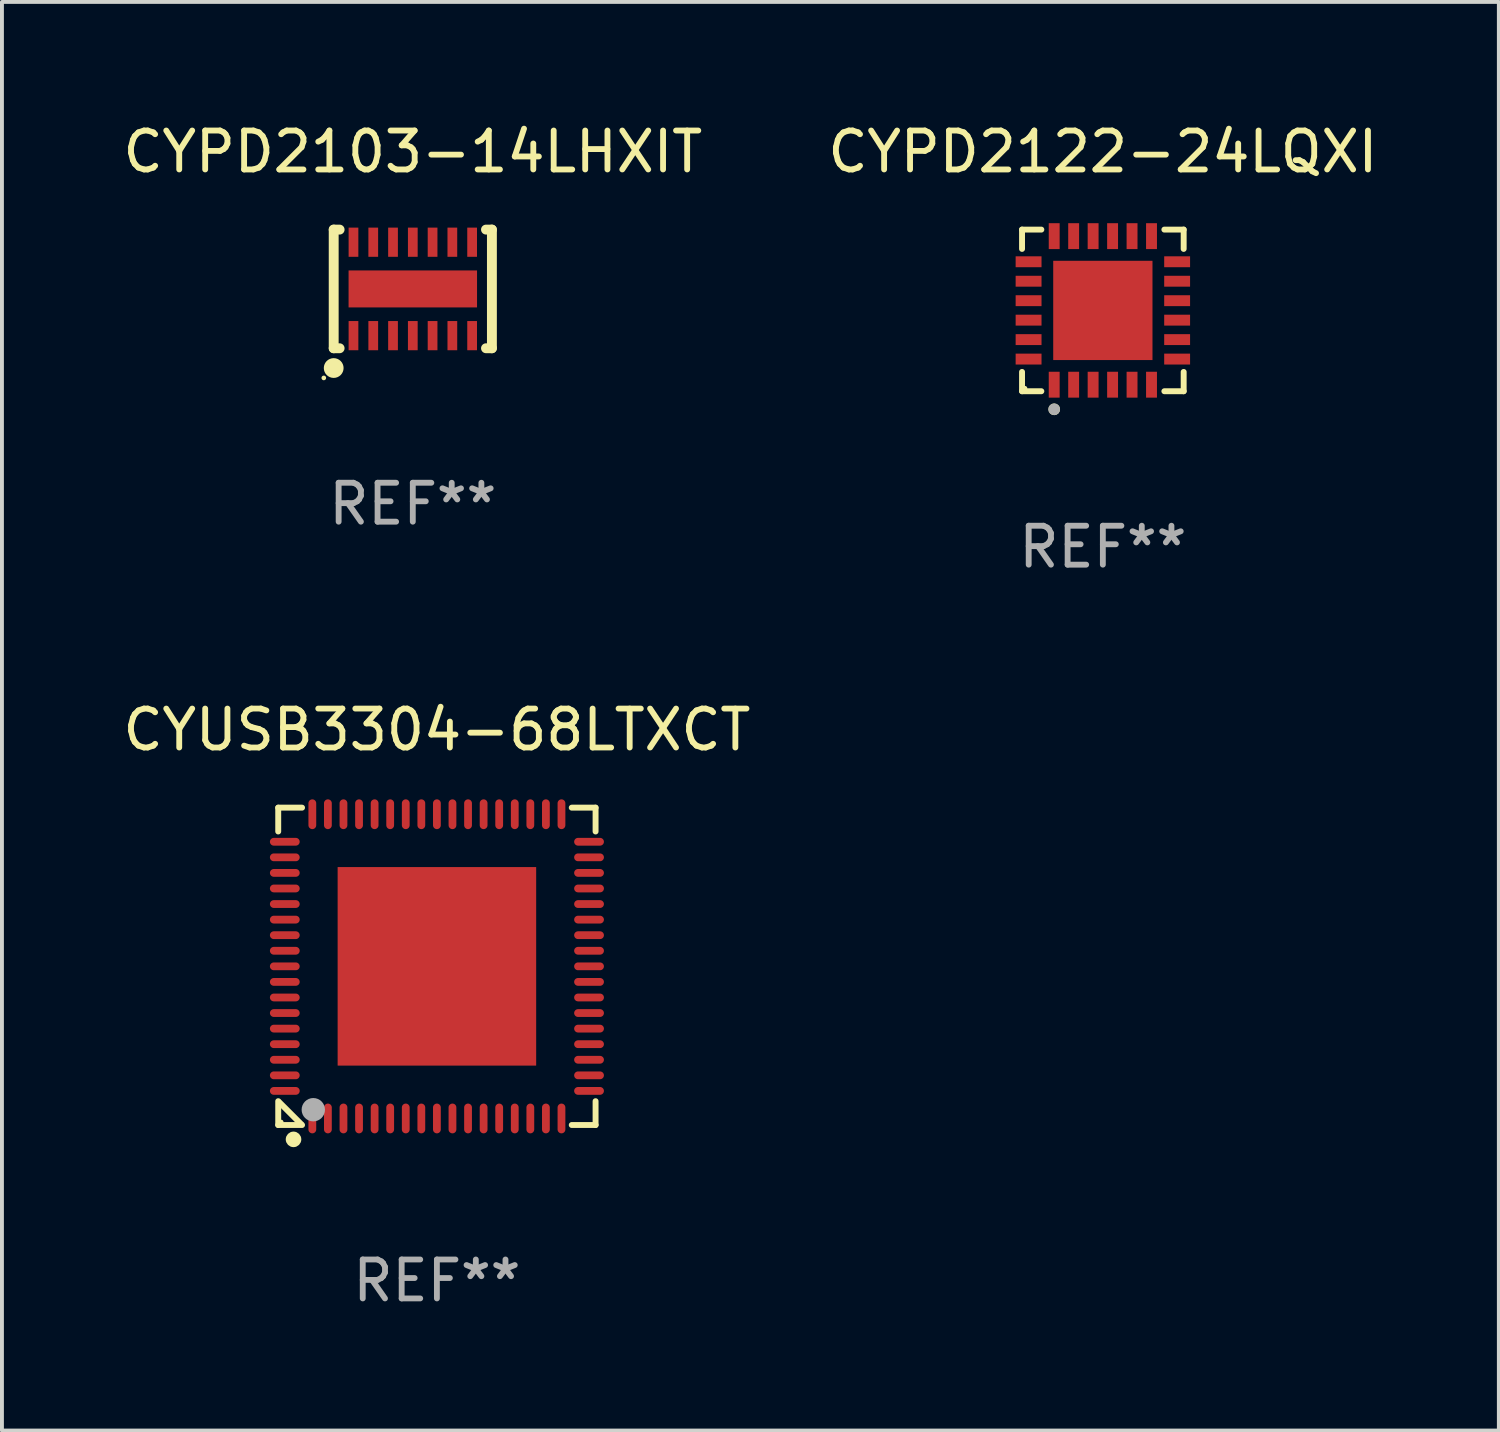
<source format=kicad_pcb>
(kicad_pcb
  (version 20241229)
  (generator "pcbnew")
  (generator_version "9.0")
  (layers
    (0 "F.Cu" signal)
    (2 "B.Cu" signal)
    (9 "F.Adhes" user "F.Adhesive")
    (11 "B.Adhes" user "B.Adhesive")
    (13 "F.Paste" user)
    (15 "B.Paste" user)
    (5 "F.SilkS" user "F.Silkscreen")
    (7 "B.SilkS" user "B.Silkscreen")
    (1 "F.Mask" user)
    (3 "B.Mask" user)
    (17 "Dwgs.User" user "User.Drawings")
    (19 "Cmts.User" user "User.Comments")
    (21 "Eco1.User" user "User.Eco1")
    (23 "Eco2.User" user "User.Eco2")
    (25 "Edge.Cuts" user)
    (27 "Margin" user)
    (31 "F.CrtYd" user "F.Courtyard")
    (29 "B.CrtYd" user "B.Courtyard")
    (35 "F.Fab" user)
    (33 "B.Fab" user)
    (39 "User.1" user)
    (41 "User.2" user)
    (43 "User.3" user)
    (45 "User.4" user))
  (footprint "CYPD2122-24LQXI"
    (layer "F.Cu")
    (at 25.28 4.924)
    (property "Reference" "CYPD2122-24LQXI" (at 0 -4.076 0) (layer "F.SilkS") (effects (font (size 1 1) (thickness 0.15))))
    (attr through_hole)
    (fp_line (start -2.076 -2.076) (end -1.58 -2.076) (stroke (width 0.152) (type solid)) (layer "F.SilkS"))
    (fp_line (start -2.076 -1.58) (end -2.076 -2.076) (stroke (width 0.152) (type solid)) (layer "F.SilkS"))
    (fp_line (start -2.076 1.58) (end -2.076 2.076) (stroke (width 0.152) (type solid)) (layer "F.SilkS"))
    (fp_line (start -2.076 2.076) (end -1.58 2.076) (stroke (width 0.152) (type solid)) (layer "F.SilkS"))
    (fp_line (start 2.076 -2.076) (end 1.58 -2.076) (stroke (width 0.152) (type solid)) (layer "F.SilkS"))
    (fp_line (start 2.076 -1.58) (end 2.076 -2.076) (stroke (width 0.152) (type solid)) (layer "F.SilkS"))
    (fp_line (start 2.076 1.58) (end 2.076 2.076) (stroke (width 0.152) (type solid)) (layer "F.SilkS"))
    (fp_line (start 2.076 2.076) (end 1.58 2.076) (stroke (width 0.152) (type solid)) (layer "F.SilkS"))
    (fp_circle (center -2 2) (end -1.97 2) (stroke (width 0.06) (type solid)) (fill no) (layer "F.SilkS"))
    (fp_circle (center -1.25 2.54) (end -1.175 2.54) (stroke (width 0.15) (type solid)) (fill no) (layer "F.SilkS"))
    (fp_circle (center -1.25 2.54) (end -1.175 2.54) (stroke (width 0.15) (type solid)) (fill no) (layer "F.Fab"))
    (fp_text user "REF**" (at 0 6.076 0) (layer "F.Fab") (effects (font (size 1 1) (thickness 0.15))))
    (pad "1" smd rect (at -1.25 1.908) (size 0.28 0.665) (layers "F.Cu" "F.Mask" "F.Paste"))
    (pad "2" smd rect (at -0.75 1.908) (size 0.28 0.665) (layers "F.Cu" "F.Mask" "F.Paste"))
    (pad "3" smd rect (at -0.25 1.908) (size 0.28 0.665) (layers "F.Cu" "F.Mask" "F.Paste"))
    (pad "4" smd rect (at 0.25 1.908) (size 0.28 0.665) (layers "F.Cu" "F.Mask" "F.Paste"))
    (pad "5" smd rect (at 0.75 1.908) (size 0.28 0.665) (layers "F.Cu" "F.Mask" "F.Paste"))
    (pad "6" smd rect (at 1.25 1.908) (size 0.28 0.665) (layers "F.Cu" "F.Mask" "F.Paste"))
    (pad "7" smd rect (at 1.908 1.25) (size 0.665 0.28) (layers "F.Cu" "F.Mask" "F.Paste"))
    (pad "8" smd rect (at 1.908 0.75) (size 0.665 0.28) (layers "F.Cu" "F.Mask" "F.Paste"))
    (pad "9" smd rect (at 1.908 0.25) (size 0.665 0.28) (layers "F.Cu" "F.Mask" "F.Paste"))
    (pad "10" smd rect (at 1.908 -0.25) (size 0.665 0.28) (layers "F.Cu" "F.Mask" "F.Paste"))
    (pad "11" smd rect (at 1.908 -0.75) (size 0.665 0.28) (layers "F.Cu" "F.Mask" "F.Paste"))
    (pad "12" smd rect (at 1.908 -1.25) (size 0.665 0.28) (layers "F.Cu" "F.Mask" "F.Paste"))
    (pad "13" smd rect (at 1.25 -1.908) (size 0.28 0.665) (layers "F.Cu" "F.Mask" "F.Paste"))
    (pad "14" smd rect (at 0.75 -1.908) (size 0.28 0.665) (layers "F.Cu" "F.Mask" "F.Paste"))
    (pad "15" smd rect (at 0.25 -1.908) (size 0.28 0.665) (layers "F.Cu" "F.Mask" "F.Paste"))
    (pad "16" smd rect (at -0.25 -1.908) (size 0.28 0.665) (layers "F.Cu" "F.Mask" "F.Paste"))
    (pad "17" smd rect (at -0.75 -1.908) (size 0.28 0.665) (layers "F.Cu" "F.Mask" "F.Paste"))
    (pad "18" smd rect (at -1.25 -1.908) (size 0.28 0.665) (layers "F.Cu" "F.Mask" "F.Paste"))
    (pad "19" smd rect (at -1.908 -1.25) (size 0.665 0.28) (layers "F.Cu" "F.Mask" "F.Paste"))
    (pad "20" smd rect (at -1.908 -0.75) (size 0.665 0.28) (layers "F.Cu" "F.Mask" "F.Paste"))
    (pad "21" smd rect (at -1.908 -0.25) (size 0.665 0.28) (layers "F.Cu" "F.Mask" "F.Paste"))
    (pad "22" smd rect (at -1.908 0.25) (size 0.665 0.28) (layers "F.Cu" "F.Mask" "F.Paste"))
    (pad "23" smd rect (at -1.908 0.75) (size 0.665 0.28) (layers "F.Cu" "F.Mask" "F.Paste"))
    (pad "24" smd rect (at -1.908 1.25) (size 0.665 0.28) (layers "F.Cu" "F.Mask" "F.Paste"))
    (pad "25" smd rect (at 0 0) (size 2.55 2.55) (layers "F.Cu" "F.Mask" "F.Paste")))
  (footprint "CYPD2103-14LHXIT"
    (layer "F.Cu")
    (at 7.554 4.372)
    (property "Reference" "CYPD2103-14LHXIT" (at 0 -3.524 0) (layer "F.SilkS") (effects (font (size 1 1) (thickness 0.15))))
    (attr through_hole)
    (fp_line (start -2.032 -1.524) (end -1.88 -1.524) (stroke (width 0.254) (type solid)) (layer "F.SilkS"))
    (fp_line (start -2.032 1.524) (end -2.032 -1.524) (stroke (width 0.254) (type solid)) (layer "F.SilkS"))
    (fp_line (start -2.032 1.524) (end -1.88 1.524) (stroke (width 0.254) (type solid)) (layer "F.SilkS"))
    (fp_line (start 1.88 -1.524) (end 2.032 -1.524) (stroke (width 0.254) (type solid)) (layer "F.SilkS"))
    (fp_line (start 1.88 1.524) (end 2.032 1.524) (stroke (width 0.254) (type solid)) (layer "F.SilkS"))
    (fp_line (start 2.032 1.524) (end 2.032 -1.524) (stroke (width 0.254) (type solid)) (layer "F.SilkS"))
    (fp_circle (center -2.286 2.286) (end -2.256 2.286) (stroke (width 0.06) (type solid)) (fill no) (layer "F.SilkS"))
    (fp_circle (center -2.032 2.032) (end -1.905 2.032) (stroke (width 0.254) (type solid)) (fill no) (layer "F.SilkS"))
    (fp_text user "REF**" (at 0 5.524 0) (layer "F.Fab") (effects (font (size 1 1) (thickness 0.15))))
    (pad "1" smd rect (at -1.524 1.2 180) (size 0.25 0.75) (layers "F.Cu" "F.Mask" "F.Paste"))
    (pad "2" smd rect (at -1.016 1.2 180) (size 0.25 0.75) (layers "F.Cu" "F.Mask" "F.Paste"))
    (pad "3" smd rect (at -0.508 1.2 180) (size 0.25 0.75) (layers "F.Cu" "F.Mask" "F.Paste"))
    (pad "4" smd rect (at 0 1.2 180) (size 0.25 0.75) (layers "F.Cu" "F.Mask" "F.Paste"))
    (pad "5" smd rect (at 0.508 1.2 180) (size 0.25 0.75) (layers "F.Cu" "F.Mask" "F.Paste"))
    (pad "6" smd rect (at 1.016 1.2 180) (size 0.25 0.75) (layers "F.Cu" "F.Mask" "F.Paste"))
    (pad "7" smd rect (at 1.524 1.2 180) (size 0.25 0.75) (layers "F.Cu" "F.Mask" "F.Paste"))
    (pad "8" smd rect (at 1.524 -1.2 180) (size 0.25 0.75) (layers "F.Cu" "F.Mask" "F.Paste"))
    (pad "9" smd rect (at 1.016 -1.2 180) (size 0.25 0.75) (layers "F.Cu" "F.Mask" "F.Paste"))
    (pad "10" smd rect (at 0.508 -1.2 180) (size 0.25 0.75) (layers "F.Cu" "F.Mask" "F.Paste"))
    (pad "11" smd rect (at 0 -1.2 180) (size 0.25 0.75) (layers "F.Cu" "F.Mask" "F.Paste"))
    (pad "12" smd rect (at -0.508 -1.2 180) (size 0.25 0.75) (layers "F.Cu" "F.Mask" "F.Paste"))
    (pad "13" smd rect (at -1.016 -1.2 180) (size 0.25 0.75) (layers "F.Cu" "F.Mask" "F.Paste"))
    (pad "14" smd rect (at -1.524 -1.2 180) (size 0.25 0.75) (layers "F.Cu" "F.Mask" "F.Paste"))
    (pad "15" smd rect (at 0 0 270) (size 0.95 3.3) (layers "F.Cu" "F.Mask" "F.Paste")))
  (footprint "CYUSB3304-68LTXCT"
    (layer "F.Cu")
    (at 8.173 21.773)
    (property "Reference" "CYUSB3304-68LTXCT" (at 0 -6.076 0) (layer "F.SilkS") (effects (font (size 1 1) (thickness 0.15))))
    (attr through_hole)
    (fp_line (start -4.076 -4.076) (end -4.076 -3.464) (stroke (width 0.152) (type solid)) (layer "F.SilkS"))
    (fp_line (start -4.076 4.076) (end -4.076 3.464) (stroke (width 0.152) (type solid)) (layer "F.SilkS"))
    (fp_line (start -4.049 3.491) (end -3.491 4.049) (stroke (width 0.152) (type solid)) (layer "F.SilkS"))
    (fp_line (start -3.464 -4.076) (end -4.076 -4.076) (stroke (width 0.152) (type solid)) (layer "F.SilkS"))
    (fp_line (start -3.464 4.076) (end -4.076 4.076) (stroke (width 0.152) (type solid)) (layer "F.SilkS"))
    (fp_line (start 3.464 -4.076) (end 4.076 -4.076) (stroke (width 0.152) (type solid)) (layer "F.SilkS"))
    (fp_line (start 3.464 4.076) (end 4.076 4.076) (stroke (width 0.152) (type solid)) (layer "F.SilkS"))
    (fp_line (start 4.076 -4.076) (end 4.076 -3.464) (stroke (width 0.152) (type solid)) (layer "F.SilkS"))
    (fp_line (start 4.076 4.076) (end 4.076 3.464) (stroke (width 0.152) (type solid)) (layer "F.SilkS"))
    (fp_circle (center -4 4) (end -3.97 4) (stroke (width 0.06) (type solid)) (fill no) (layer "F.SilkS"))
    (fp_circle (center -3.683 4.445) (end -3.583 4.445) (stroke (width 0.2) (type solid)) (fill no) (layer "F.SilkS"))
    (fp_circle (center -3.175 3.683) (end -3.025 3.683) (stroke (width 0.3) (type solid)) (fill no) (layer "F.Fab"))
    (fp_text user "REF**" (at 0 8.076 0) (layer "F.Fab") (effects (font (size 1 1) (thickness 0.15))))
    (pad "1" smd oval (at -3.2 3.908 90) (size 0.765 0.2) (layers "F.Cu" "F.Mask" "F.Paste"))
    (pad "2" smd oval (at -2.8 3.908 90) (size 0.765 0.2) (layers "F.Cu" "F.Mask" "F.Paste"))
    (pad "3" smd oval (at -2.4 3.908 90) (size 0.765 0.2) (layers "F.Cu" "F.Mask" "F.Paste"))
    (pad "4" smd oval (at -2 3.908 90) (size 0.765 0.2) (layers "F.Cu" "F.Mask" "F.Paste"))
    (pad "5" smd oval (at -1.6 3.908 90) (size 0.765 0.2) (layers "F.Cu" "F.Mask" "F.Paste"))
    (pad "6" smd oval (at -1.2 3.908 90) (size 0.765 0.2) (layers "F.Cu" "F.Mask" "F.Paste"))
    (pad "7" smd oval (at -0.8 3.908 90) (size 0.765 0.2) (layers "F.Cu" "F.Mask" "F.Paste"))
    (pad "8" smd oval (at -0.4 3.908 90) (size 0.765 0.2) (layers "F.Cu" "F.Mask" "F.Paste"))
    (pad "9" smd oval (at 0.000076 3.908 90) (size 0.765 0.2) (layers "F.Cu" "F.Mask" "F.Paste"))
    (pad "10" smd oval (at 0.4 3.908 90) (size 0.765 0.2) (layers "F.Cu" "F.Mask" "F.Paste"))
    (pad "11" smd oval (at 0.8 3.908 90) (size 0.765 0.2) (layers "F.Cu" "F.Mask" "F.Paste"))
    (pad "12" smd oval (at 1.2 3.908 90) (size 0.765 0.2) (layers "F.Cu" "F.Mask" "F.Paste"))
    (pad "13" smd oval (at 1.6 3.908 90) (size 0.765 0.2) (layers "F.Cu" "F.Mask" "F.Paste"))
    (pad "14" smd oval (at 2 3.908 90) (size 0.765 0.2) (layers "F.Cu" "F.Mask" "F.Paste"))
    (pad "15" smd oval (at 2.4 3.908 90) (size 0.765 0.2) (layers "F.Cu" "F.Mask" "F.Paste"))
    (pad "16" smd oval (at 2.8 3.908 90) (size 0.765 0.2) (layers "F.Cu" "F.Mask" "F.Paste"))
    (pad "17" smd oval (at 3.2 3.908 90) (size 0.765 0.2) (layers "F.Cu" "F.Mask" "F.Paste"))
    (pad "18" smd oval (at 3.908 3.2 90) (size 0.2 0.765) (layers "F.Cu" "F.Mask" "F.Paste"))
    (pad "19" smd oval (at 3.908 2.8 90) (size 0.2 0.765) (layers "F.Cu" "F.Mask" "F.Paste"))
    (pad "20" smd oval (at 3.908 2.4 90) (size 0.2 0.765) (layers "F.Cu" "F.Mask" "F.Paste"))
    (pad "21" smd oval (at 3.908 2 90) (size 0.2 0.765) (layers "F.Cu" "F.Mask" "F.Paste"))
    (pad "22" smd oval (at 3.908 1.6 90) (size 0.2 0.765) (layers "F.Cu" "F.Mask" "F.Paste"))
    (pad "23" smd oval (at 3.908 1.2 90) (size 0.2 0.765) (layers "F.Cu" "F.Mask" "F.Paste"))
    (pad "24" smd oval (at 3.908 0.8 90) (size 0.2 0.765) (layers "F.Cu" "F.Mask" "F.Paste"))
    (pad "25" smd oval (at 3.908 0.4 90) (size 0.2 0.765) (layers "F.Cu" "F.Mask" "F.Paste"))
    (pad "26" smd oval (at 3.908 0.000076 90) (size 0.2 0.765) (layers "F.Cu" "F.Mask" "F.Paste"))
    (pad "27" smd oval (at 3.908 -0.4 90) (size 0.2 0.765) (layers "F.Cu" "F.Mask" "F.Paste"))
    (pad "28" smd oval (at 3.908 -0.8 90) (size 0.2 0.765) (layers "F.Cu" "F.Mask" "F.Paste"))
    (pad "29" smd oval (at 3.908 -1.2 90) (size 0.2 0.765) (layers "F.Cu" "F.Mask" "F.Paste"))
    (pad "30" smd oval (at 3.908 -1.6 90) (size 0.2 0.765) (layers "F.Cu" "F.Mask" "F.Paste"))
    (pad "31" smd oval (at 3.908 -2 90) (size 0.2 0.765) (layers "F.Cu" "F.Mask" "F.Paste"))
    (pad "32" smd oval (at 3.908 -2.4 90) (size 0.2 0.765) (layers "F.Cu" "F.Mask" "F.Paste"))
    (pad "33" smd oval (at 3.908 -2.8 90) (size 0.2 0.765) (layers "F.Cu" "F.Mask" "F.Paste"))
    (pad "34" smd oval (at 3.908 -3.2 90) (size 0.2 0.765) (layers "F.Cu" "F.Mask" "F.Paste"))
    (pad "35" smd oval (at 3.2 -3.907 90) (size 0.765 0.2) (layers "F.Cu" "F.Mask" "F.Paste"))
    (pad "36" smd oval (at 2.8 -3.907 90) (size 0.765 0.2) (layers "F.Cu" "F.Mask" "F.Paste"))
    (pad "37" smd oval (at 2.4 -3.907 90) (size 0.765 0.2) (layers "F.Cu" "F.Mask" "F.Paste"))
    (pad "38" smd oval (at 2 -3.907 90) (size 0.765 0.2) (layers "F.Cu" "F.Mask" "F.Paste"))
    (pad "39" smd oval (at 1.6 -3.907 90) (size 0.765 0.2) (layers "F.Cu" "F.Mask" "F.Paste"))
    (pad "40" smd oval (at 1.2 -3.907 90) (size 0.765 0.2) (layers "F.Cu" "F.Mask" "F.Paste"))
    (pad "41" smd oval (at 0.8 -3.907 90) (size 0.765 0.2) (layers "F.Cu" "F.Mask" "F.Paste"))
    (pad "42" smd oval (at 0.4 -3.907 90) (size 0.765 0.2) (layers "F.Cu" "F.Mask" "F.Paste"))
    (pad "43" smd oval (at 0.000076 -3.907 90) (size 0.765 0.2) (layers "F.Cu" "F.Mask" "F.Paste"))
    (pad "44" smd oval (at -0.4 -3.907 90) (size 0.765 0.2) (layers "F.Cu" "F.Mask" "F.Paste"))
    (pad "45" smd oval (at -0.8 -3.907 90) (size 0.765 0.2) (layers "F.Cu" "F.Mask" "F.Paste"))
    (pad "46" smd oval (at -1.2 -3.907 90) (size 0.765 0.2) (layers "F.Cu" "F.Mask" "F.Paste"))
    (pad "47" smd oval (at -1.6 -3.907 90) (size 0.765 0.2) (layers "F.Cu" "F.Mask" "F.Paste"))
    (pad "48" smd oval (at -2 -3.907 90) (size 0.765 0.2) (layers "F.Cu" "F.Mask" "F.Paste"))
    (pad "49" smd oval (at -2.4 -3.907 90) (size 0.765 0.2) (layers "F.Cu" "F.Mask" "F.Paste"))
    (pad "50" smd oval (at -2.8 -3.907 90) (size 0.765 0.2) (layers "F.Cu" "F.Mask" "F.Paste"))
    (pad "51" smd oval (at -3.2 -3.907 90) (size 0.765 0.2) (layers "F.Cu" "F.Mask" "F.Paste"))
    (pad "52" smd oval (at -3.907 -3.2 90) (size 0.2 0.765) (layers "F.Cu" "F.Mask" "F.Paste"))
    (pad "53" smd oval (at -3.907 -2.8 90) (size 0.2 0.765) (layers "F.Cu" "F.Mask" "F.Paste"))
    (pad "54" smd oval (at -3.907 -2.4 90) (size 0.2 0.765) (layers "F.Cu" "F.Mask" "F.Paste"))
    (pad "55" smd oval (at -3.907 -2 90) (size 0.2 0.765) (layers "F.Cu" "F.Mask" "F.Paste"))
    (pad "56" smd oval (at -3.907 -1.6 90) (size 0.2 0.765) (layers "F.Cu" "F.Mask" "F.Paste"))
    (pad "57" smd oval (at -3.907 -1.2 90) (size 0.2 0.765) (layers "F.Cu" "F.Mask" "F.Paste"))
    (pad "58" smd oval (at -3.907 -0.8 90) (size 0.2 0.765) (layers "F.Cu" "F.Mask" "F.Paste"))
    (pad "59" smd oval (at -3.907 -0.4 90) (size 0.2 0.765) (layers "F.Cu" "F.Mask" "F.Paste"))
    (pad "60" smd oval (at -3.907 0.000076 90) (size 0.2 0.765) (layers "F.Cu" "F.Mask" "F.Paste"))
    (pad "61" smd oval (at -3.907 0.4 90) (size 0.2 0.765) (layers "F.Cu" "F.Mask" "F.Paste"))
    (pad "62" smd oval (at -3.907 0.8 90) (size 0.2 0.765) (layers "F.Cu" "F.Mask" "F.Paste"))
    (pad "63" smd oval (at -3.907 1.2 90) (size 0.2 0.765) (layers "F.Cu" "F.Mask" "F.Paste"))
    (pad "64" smd oval (at -3.907 1.6 90) (size 0.2 0.765) (layers "F.Cu" "F.Mask" "F.Paste"))
    (pad "65" smd oval (at -3.907 2 90) (size 0.2 0.765) (layers "F.Cu" "F.Mask" "F.Paste"))
    (pad "66" smd oval (at -3.907 2.4 90) (size 0.2 0.765) (layers "F.Cu" "F.Mask" "F.Paste"))
    (pad "67" smd oval (at -3.907 2.8 90) (size 0.2 0.765) (layers "F.Cu" "F.Mask" "F.Paste"))
    (pad "68" smd oval (at -3.907 3.2 90) (size 0.2 0.765) (layers "F.Cu" "F.Mask" "F.Paste"))
    (pad "69" smd rect (at 0.000076 0.000076 90) (size 5.1 5.1) (layers "F.Cu" "F.Mask" "F.Paste")))
  (gr_rect
    (start -3 -3)
    (end 35.452 33.698)
    (stroke (width 0.1) (type default))
    (fill no)
    (layer "Edge.Cuts")))
</source>
